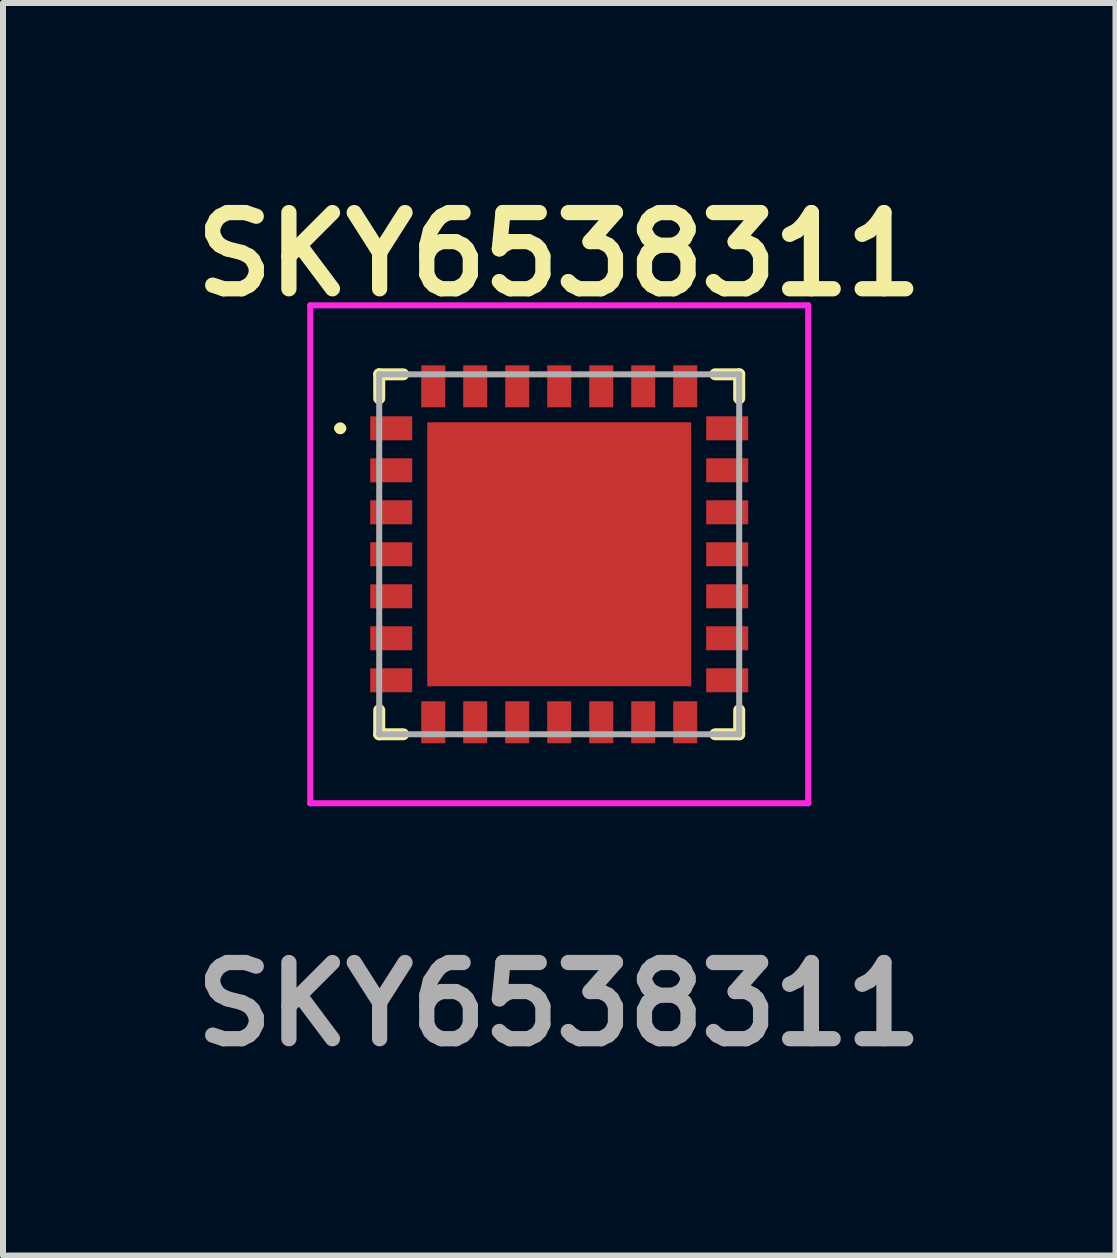
<source format=kicad_pcb>
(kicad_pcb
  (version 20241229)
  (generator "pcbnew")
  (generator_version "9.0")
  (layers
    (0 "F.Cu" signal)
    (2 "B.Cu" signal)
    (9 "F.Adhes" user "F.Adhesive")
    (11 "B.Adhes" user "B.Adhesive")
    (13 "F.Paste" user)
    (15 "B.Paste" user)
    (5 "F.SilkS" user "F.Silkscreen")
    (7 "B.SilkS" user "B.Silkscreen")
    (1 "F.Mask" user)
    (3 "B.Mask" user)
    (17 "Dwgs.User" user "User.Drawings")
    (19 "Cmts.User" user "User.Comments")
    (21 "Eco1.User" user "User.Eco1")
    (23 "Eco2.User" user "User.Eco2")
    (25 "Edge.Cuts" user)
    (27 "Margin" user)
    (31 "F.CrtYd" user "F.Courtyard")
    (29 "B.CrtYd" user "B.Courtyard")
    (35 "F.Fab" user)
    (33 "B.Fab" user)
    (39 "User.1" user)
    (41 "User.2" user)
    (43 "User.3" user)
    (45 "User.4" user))
  (footprint "SKY6538311"
    (layer "F.Cu")
    (at 6.271 6.189)
    (property "Reference" "SKY6538311" (at 0 -5 0) (layer "F.SilkS") (effects (font (size 1.27 1.27) (thickness 0.254))))
    (attr smd)
    (fp_line (start -3.7 -2.1) (end -3.7 -2.1) (stroke (width 0.1) (type solid)) (layer "F.SilkS"))
    (fp_line (start -3.6 -2.1) (end -3.6 -2.1) (stroke (width 0.1) (type solid)) (layer "F.SilkS"))
    (fp_line (start -3 -3) (end -2.6 -3) (stroke (width 0.2) (type solid)) (layer "F.SilkS"))
    (fp_line (start -3 -2.6) (end -3 -3) (stroke (width 0.2) (type solid)) (layer "F.SilkS"))
    (fp_line (start -3 2.6) (end -3 3) (stroke (width 0.2) (type solid)) (layer "F.SilkS"))
    (fp_line (start -3 3) (end -2.6 3) (stroke (width 0.2) (type solid)) (layer "F.SilkS"))
    (fp_line (start 2.6 -3) (end 3 -3) (stroke (width 0.2) (type solid)) (layer "F.SilkS"))
    (fp_line (start 2.6 3) (end 3 3) (stroke (width 0.2) (type solid)) (layer "F.SilkS"))
    (fp_line (start 3 -3) (end 3 -2.6) (stroke (width 0.2) (type solid)) (layer "F.SilkS"))
    (fp_line (start 3 3) (end 3 2.6) (stroke (width 0.2) (type solid)) (layer "F.SilkS"))
    (fp_arc (start -3.7 -2.1) (mid -3.65 -2.15) (end -3.6 -2.1) (stroke (width 0.1) (type solid)) (layer "F.SilkS"))
    (fp_arc (start -3.6 -2.1) (mid -3.65 -2.05) (end -3.7 -2.1) (stroke (width 0.1) (type solid)) (layer "F.SilkS"))
    (fp_line (start -4.15 -4.15) (end 4.15 -4.15) (stroke (width 0.1) (type solid)) (layer "F.CrtYd"))
    (fp_line (start -4.15 4.15) (end -4.15 -4.15) (stroke (width 0.1) (type solid)) (layer "F.CrtYd"))
    (fp_line (start 4.15 -4.15) (end 4.15 4.15) (stroke (width 0.1) (type solid)) (layer "F.CrtYd"))
    (fp_line (start 4.15 4.15) (end -4.15 4.15) (stroke (width 0.1) (type solid)) (layer "F.CrtYd"))
    (fp_line (start -3 -3) (end -3 3) (stroke (width 0.1) (type solid)) (layer "F.Fab"))
    (fp_line (start -3 3) (end 3 3) (stroke (width 0.1) (type solid)) (layer "F.Fab"))
    (fp_line (start 3 -3) (end -3 -3) (stroke (width 0.1) (type solid)) (layer "F.Fab"))
    (fp_line (start 3 3) (end 3 -3) (stroke (width 0.1) (type solid)) (layer "F.Fab"))
    (fp_text user "${REFERENCE}" (at 0 7.5 0) (layer "F.Fab") (effects (font (size 1.27 1.27) (thickness 0.254))))
    (pad "1" smd rect (at -2.8 -2.1 90) (size 0.4 0.7) (layers "F.Cu" "F.Mask" "F.Paste"))
    (pad "2" smd rect (at -2.8 -1.4 90) (size 0.4 0.7) (layers "F.Cu" "F.Mask" "F.Paste"))
    (pad "3" smd rect (at -2.8 -0.7 90) (size 0.4 0.7) (layers "F.Cu" "F.Mask" "F.Paste"))
    (pad "4" smd rect (at -2.8 0 90) (size 0.4 0.7) (layers "F.Cu" "F.Mask" "F.Paste"))
    (pad "5" smd rect (at -2.8 0.7 90) (size 0.4 0.7) (layers "F.Cu" "F.Mask" "F.Paste"))
    (pad "6" smd rect (at -2.8 1.4 90) (size 0.4 0.7) (layers "F.Cu" "F.Mask" "F.Paste"))
    (pad "7" smd rect (at -2.8 2.1 90) (size 0.4 0.7) (layers "F.Cu" "F.Mask" "F.Paste"))
    (pad "8" smd rect (at -2.1 2.8) (size 0.4 0.7) (layers "F.Cu" "F.Mask" "F.Paste"))
    (pad "9" smd rect (at -1.4 2.8) (size 0.4 0.7) (layers "F.Cu" "F.Mask" "F.Paste"))
    (pad "10" smd rect (at -0.7 2.8) (size 0.4 0.7) (layers "F.Cu" "F.Mask" "F.Paste"))
    (pad "11" smd rect (at 0 2.8) (size 0.4 0.7) (layers "F.Cu" "F.Mask" "F.Paste"))
    (pad "12" smd rect (at 0.7 2.8) (size 0.4 0.7) (layers "F.Cu" "F.Mask" "F.Paste"))
    (pad "13" smd rect (at 1.4 2.8) (size 0.4 0.7) (layers "F.Cu" "F.Mask" "F.Paste"))
    (pad "14" smd rect (at 2.1 2.8) (size 0.4 0.7) (layers "F.Cu" "F.Mask" "F.Paste"))
    (pad "15" smd rect (at 2.8 2.1 90) (size 0.4 0.7) (layers "F.Cu" "F.Mask" "F.Paste"))
    (pad "16" smd rect (at 2.8 1.4 90) (size 0.4 0.7) (layers "F.Cu" "F.Mask" "F.Paste"))
    (pad "17" smd rect (at 2.8 0.7 90) (size 0.4 0.7) (layers "F.Cu" "F.Mask" "F.Paste"))
    (pad "18" smd rect (at 2.8 0 90) (size 0.4 0.7) (layers "F.Cu" "F.Mask" "F.Paste"))
    (pad "19" smd rect (at 2.8 -0.7 90) (size 0.4 0.7) (layers "F.Cu" "F.Mask" "F.Paste"))
    (pad "20" smd rect (at 2.8 -1.4 90) (size 0.4 0.7) (layers "F.Cu" "F.Mask" "F.Paste"))
    (pad "21" smd rect (at 2.8 -2.1 90) (size 0.4 0.7) (layers "F.Cu" "F.Mask" "F.Paste"))
    (pad "22" smd rect (at 2.1 -2.8) (size 0.4 0.7) (layers "F.Cu" "F.Mask" "F.Paste"))
    (pad "23" smd rect (at 1.4 -2.8) (size 0.4 0.7) (layers "F.Cu" "F.Mask" "F.Paste"))
    (pad "24" smd rect (at 0.7 -2.8) (size 0.4 0.7) (layers "F.Cu" "F.Mask" "F.Paste"))
    (pad "25" smd rect (at 0 -2.8) (size 0.4 0.7) (layers "F.Cu" "F.Mask" "F.Paste"))
    (pad "26" smd rect (at -0.7 -2.8) (size 0.4 0.7) (layers "F.Cu" "F.Mask" "F.Paste"))
    (pad "27" smd rect (at -1.4 -2.8) (size 0.4 0.7) (layers "F.Cu" "F.Mask" "F.Paste"))
    (pad "28" smd rect (at -2.1 -2.8) (size 0.4 0.7) (layers "F.Cu" "F.Mask" "F.Paste"))
    (pad "29" smd rect (at 0 0 90) (size 4.4 4.4) (layers "F.Cu" "F.Mask" "F.Paste")))
  (gr_rect
    (start -3 -3)
    (end 15.543 17.877)
    (stroke (width 0.1) (type default))
    (fill no)
    (layer "Edge.Cuts")))
</source>
